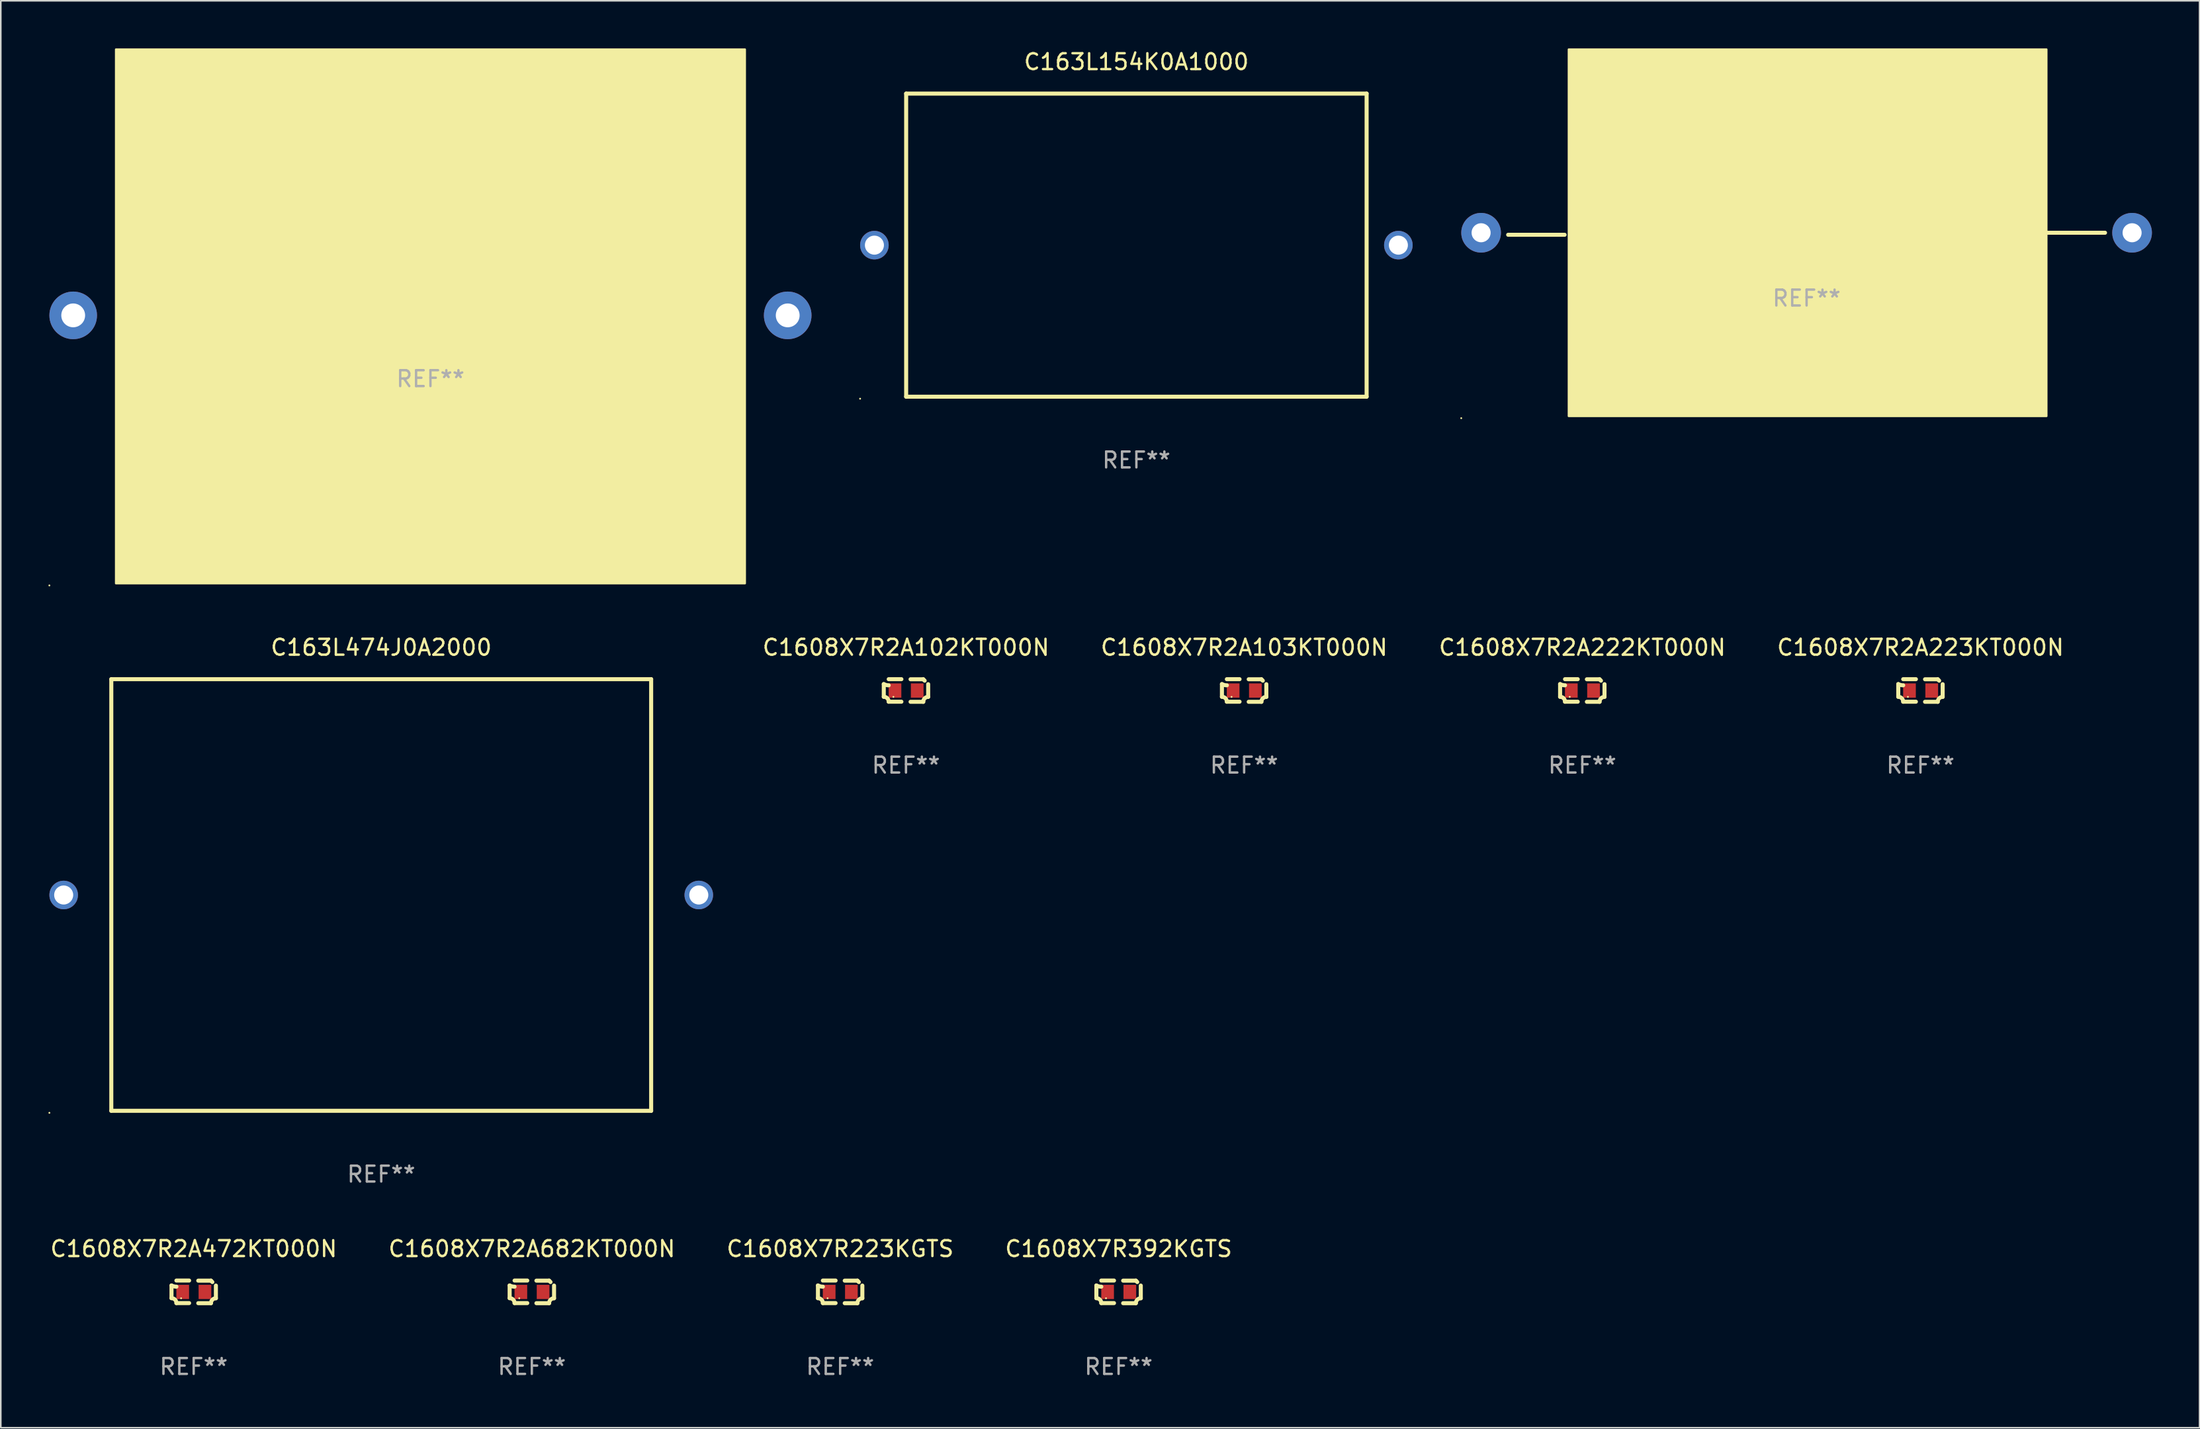
<source format=kicad_pcb>
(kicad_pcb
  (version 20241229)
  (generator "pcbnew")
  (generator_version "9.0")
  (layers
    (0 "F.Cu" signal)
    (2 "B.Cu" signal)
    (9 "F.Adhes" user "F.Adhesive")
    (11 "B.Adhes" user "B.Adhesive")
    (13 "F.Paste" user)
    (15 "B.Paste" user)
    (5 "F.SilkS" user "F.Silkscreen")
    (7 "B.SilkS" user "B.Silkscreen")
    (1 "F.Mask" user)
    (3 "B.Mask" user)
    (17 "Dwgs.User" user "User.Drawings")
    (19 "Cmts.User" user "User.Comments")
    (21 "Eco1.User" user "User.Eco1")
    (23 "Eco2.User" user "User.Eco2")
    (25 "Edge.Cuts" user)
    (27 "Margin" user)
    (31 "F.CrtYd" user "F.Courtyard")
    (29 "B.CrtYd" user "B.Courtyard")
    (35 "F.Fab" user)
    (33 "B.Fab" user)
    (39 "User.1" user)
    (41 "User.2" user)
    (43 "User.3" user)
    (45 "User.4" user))
  (footprint "C1608X7R392KGTS"
    (layer "F.Cu")
    (at 67.399 78.36)
    (property "Reference" "C1608X7R392KGTS" (at 0 -2.713 0) (layer "F.SilkS") (effects (font (size 1 1) (thickness 0.15))))
    (attr through_hole)
    (fp_line (start -1.398 -0.403) (end -1.398 0.397) (stroke (width 0.254) (type solid)) (layer "F.SilkS"))
    (fp_line (start -0.288 -0.713) (end -1.088 -0.713) (stroke (width 0.254) (type solid)) (layer "F.SilkS"))
    (fp_line (start -0.288 0.707) (end -1.088 0.707) (stroke (width 0.254) (type solid)) (layer "F.SilkS"))
    (fp_line (start 0.288 -0.707) (end 1.088 -0.707) (stroke (width 0.254) (type solid)) (layer "F.SilkS"))
    (fp_line (start 0.288 0.713) (end 1.088 0.713) (stroke (width 0.254) (type solid)) (layer "F.SilkS"))
    (fp_line (start 1.398 -0.397) (end 1.398 0.403) (stroke (width 0.254) (type solid)) (layer "F.SilkS"))
    (fp_arc (start -1.397789 0.397066) (mid -1.178701 0.487826) (end -1.08796 0.706922) (stroke (width 0.254001) (type solid)) (layer "F.SilkS"))
    (fp_arc (start -1.08796 -0.327176) (mid -1.247436 -0.346384) (end -1.39779 -0.402908) (stroke (width 0.254001) (type solid)) (layer "F.SilkS"))
    (fp_arc (start 1.087909 0.712738) (mid 1.178656 0.493655) (end 1.397739 0.402908) (stroke (width 0.254001) (type solid)) (layer "F.SilkS"))
    (fp_arc (start 1.175925 -0.618926) (mid 1.131917 -0.662923) (end 1.08791 -0.706922) (stroke (width 0.254001) (type solid)) (layer "F.SilkS"))
    (fp_circle (center -0.792 0.403) (end -0.762 0.403) (stroke (width 0.06) (type solid)) (fill no) (layer "F.SilkS"))
    (fp_text user "REF**" (at 0 4.713 0) (layer "F.Fab") (effects (font (size 1 1) (thickness 0.15))))
    (pad "1" smd rect (at -0.692 0.003) (size 0.8 0.9) (layers "F.Cu" "F.Mask" "F.Paste"))
    (pad "2" smd rect (at 0.708 0.003) (size 0.8 0.9) (layers "F.Cu" "F.Mask" "F.Paste")))
  (footprint "C163L224K0A1000"
    (layer "F.Cu")
    (at 110.73 11.681)
    (property "Reference" "C163L224K0A1000" (at 0 -2.063 0) (layer "F.SilkS") (effects (font (size 1 1) (thickness 0.15))))
    (attr through_hole)
    (fp_line (start -18.796 0.064) (end -15.24 0.064) (stroke (width 0.254) (type solid)) (layer "F.SilkS"))
    (fp_line (start 15.113 -0.064) (end 18.796 -0.064) (stroke (width 0.254) (type solid)) (layer "F.SilkS"))
    (fp_circle (center -21.75 11.621) (end -21.72 11.621) (stroke (width 0.06) (type solid)) (fill no) (layer "F.SilkS"))
    (fp_poly (pts (xy -14.986 -11.621) (xy 15.113 -11.621) (xy 15.113 11.494) (xy -14.986 11.494)) (stroke (width 0.12) (type solid)) (fill yes) (layer "F.SilkS"))
    (fp_text user "REF**" (at 0 4.064 0) (layer "F.Fab") (effects (font (size 1 1) (thickness 0.15))))
    (pad "1" thru_hole circle (at -20.5 -0.064) (size 2.5 2.5) (drill 1.2) (layers "*.Cu" "*.Mask"))
    (pad "2" thru_hole circle (at 20.5 -0.064) (size 2.5 2.5) (drill 1.2) (layers "*.Cu" "*.Mask")))
  (footprint "C1608X7R2A103KT000N"
    (layer "F.Cu")
    (at 75.306 40.463)
    (property "Reference" "C1608X7R2A103KT000N" (at 0 -2.713 0) (layer "F.SilkS") (effects (font (size 1 1) (thickness 0.15))))
    (attr through_hole)
    (fp_line (start -1.398 -0.403) (end -1.398 0.397) (stroke (width 0.254) (type solid)) (layer "F.SilkS"))
    (fp_line (start -0.288 -0.713) (end -1.088 -0.713) (stroke (width 0.254) (type solid)) (layer "F.SilkS"))
    (fp_line (start -0.288 0.707) (end -1.088 0.707) (stroke (width 0.254) (type solid)) (layer "F.SilkS"))
    (fp_line (start 0.288 -0.707) (end 1.088 -0.707) (stroke (width 0.254) (type solid)) (layer "F.SilkS"))
    (fp_line (start 0.288 0.713) (end 1.088 0.713) (stroke (width 0.254) (type solid)) (layer "F.SilkS"))
    (fp_line (start 1.398 -0.397) (end 1.398 0.403) (stroke (width 0.254) (type solid)) (layer "F.SilkS"))
    (fp_arc (start -1.397789 0.397066) (mid -1.178701 0.487826) (end -1.08796 0.706922) (stroke (width 0.254001) (type solid)) (layer "F.SilkS"))
    (fp_arc (start -1.08796 -0.327176) (mid -1.247436 -0.346384) (end -1.39779 -0.402908) (stroke (width 0.254001) (type solid)) (layer "F.SilkS"))
    (fp_arc (start 1.087909 0.712738) (mid 1.178656 0.493655) (end 1.397739 0.402908) (stroke (width 0.254001) (type solid)) (layer "F.SilkS"))
    (fp_arc (start 1.175925 -0.618926) (mid 1.131917 -0.662923) (end 1.08791 -0.706922) (stroke (width 0.254001) (type solid)) (layer "F.SilkS"))
    (fp_circle (center -0.792 0.403) (end -0.762 0.403) (stroke (width 0.06) (type solid)) (fill no) (layer "F.SilkS"))
    (fp_text user "REF**" (at 0 4.713 0) (layer "F.Fab") (effects (font (size 1 1) (thickness 0.15))))
    (pad "1" smd rect (at -0.692 0.003) (size 0.8 0.9) (layers "F.Cu" "F.Mask" "F.Paste"))
    (pad "2" smd rect (at 0.708 0.003) (size 0.8 0.9) (layers "F.Cu" "F.Mask" "F.Paste")))
  (footprint "C1608X7R2A682KT000N"
    (layer "F.Cu")
    (at 30.446 78.36)
    (property "Reference" "C1608X7R2A682KT000N" (at 0 -2.713 0) (layer "F.SilkS") (effects (font (size 1 1) (thickness 0.15))))
    (attr through_hole)
    (fp_line (start -1.398 -0.403) (end -1.398 0.397) (stroke (width 0.254) (type solid)) (layer "F.SilkS"))
    (fp_line (start -0.288 -0.713) (end -1.088 -0.713) (stroke (width 0.254) (type solid)) (layer "F.SilkS"))
    (fp_line (start -0.288 0.707) (end -1.088 0.707) (stroke (width 0.254) (type solid)) (layer "F.SilkS"))
    (fp_line (start 0.288 -0.707) (end 1.088 -0.707) (stroke (width 0.254) (type solid)) (layer "F.SilkS"))
    (fp_line (start 0.288 0.713) (end 1.088 0.713) (stroke (width 0.254) (type solid)) (layer "F.SilkS"))
    (fp_line (start 1.398 -0.397) (end 1.398 0.403) (stroke (width 0.254) (type solid)) (layer "F.SilkS"))
    (fp_arc (start -1.397789 0.397066) (mid -1.178701 0.487826) (end -1.08796 0.706922) (stroke (width 0.254001) (type solid)) (layer "F.SilkS"))
    (fp_arc (start -1.08796 -0.327176) (mid -1.247436 -0.346384) (end -1.39779 -0.402908) (stroke (width 0.254001) (type solid)) (layer "F.SilkS"))
    (fp_arc (start 1.087909 0.712738) (mid 1.178656 0.493655) (end 1.397739 0.402908) (stroke (width 0.254001) (type solid)) (layer "F.SilkS"))
    (fp_arc (start 1.175925 -0.618926) (mid 1.131917 -0.662923) (end 1.08791 -0.706922) (stroke (width 0.254001) (type solid)) (layer "F.SilkS"))
    (fp_circle (center -0.792 0.403) (end -0.762 0.403) (stroke (width 0.06) (type solid)) (fill no) (layer "F.SilkS"))
    (fp_text user "REF**" (at 0 4.713 0) (layer "F.Fab") (effects (font (size 1 1) (thickness 0.15))))
    (pad "1" smd rect (at -0.692 0.003) (size 0.8 0.9) (layers "F.Cu" "F.Mask" "F.Paste"))
    (pad "2" smd rect (at 0.708 0.003) (size 0.8 0.9) (layers "F.Cu" "F.Mask" "F.Paste")))
  (footprint "C1608X7R2A472KT000N"
    (layer "F.Cu")
    (at 9.149 78.36)
    (property "Reference" "C1608X7R2A472KT000N" (at 0 -2.713 0) (layer "F.SilkS") (effects (font (size 1 1) (thickness 0.15))))
    (attr through_hole)
    (fp_line (start -1.398 -0.403) (end -1.398 0.397) (stroke (width 0.254) (type solid)) (layer "F.SilkS"))
    (fp_line (start -0.288 -0.713) (end -1.088 -0.713) (stroke (width 0.254) (type solid)) (layer "F.SilkS"))
    (fp_line (start -0.288 0.707) (end -1.088 0.707) (stroke (width 0.254) (type solid)) (layer "F.SilkS"))
    (fp_line (start 0.288 -0.707) (end 1.088 -0.707) (stroke (width 0.254) (type solid)) (layer "F.SilkS"))
    (fp_line (start 0.288 0.713) (end 1.088 0.713) (stroke (width 0.254) (type solid)) (layer "F.SilkS"))
    (fp_line (start 1.398 -0.397) (end 1.398 0.403) (stroke (width 0.254) (type solid)) (layer "F.SilkS"))
    (fp_arc (start -1.397789 0.397066) (mid -1.178701 0.487826) (end -1.08796 0.706922) (stroke (width 0.254001) (type solid)) (layer "F.SilkS"))
    (fp_arc (start -1.08796 -0.327176) (mid -1.247436 -0.346384) (end -1.39779 -0.402908) (stroke (width 0.254001) (type solid)) (layer "F.SilkS"))
    (fp_arc (start 1.087909 0.712738) (mid 1.178656 0.493655) (end 1.397739 0.402908) (stroke (width 0.254001) (type solid)) (layer "F.SilkS"))
    (fp_arc (start 1.175925 -0.618926) (mid 1.131917 -0.662923) (end 1.08791 -0.706922) (stroke (width 0.254001) (type solid)) (layer "F.SilkS"))
    (fp_circle (center -0.792 0.403) (end -0.762 0.403) (stroke (width 0.06) (type solid)) (fill no) (layer "F.SilkS"))
    (fp_text user "REF**" (at 0 4.713 0) (layer "F.Fab") (effects (font (size 1 1) (thickness 0.15))))
    (pad "1" smd rect (at -0.692 0.003) (size 0.8 0.9) (layers "F.Cu" "F.Mask" "F.Paste"))
    (pad "2" smd rect (at 0.708 0.003) (size 0.8 0.9) (layers "F.Cu" "F.Mask" "F.Paste")))
  (footprint "C1608X7R2A222KT000N"
    (layer "F.Cu")
    (at 96.604 40.463)
    (property "Reference" "C1608X7R2A222KT000N" (at 0 -2.713 0) (layer "F.SilkS") (effects (font (size 1 1) (thickness 0.15))))
    (attr through_hole)
    (fp_line (start -1.398 -0.403) (end -1.398 0.397) (stroke (width 0.254) (type solid)) (layer "F.SilkS"))
    (fp_line (start -0.288 -0.713) (end -1.088 -0.713) (stroke (width 0.254) (type solid)) (layer "F.SilkS"))
    (fp_line (start -0.288 0.707) (end -1.088 0.707) (stroke (width 0.254) (type solid)) (layer "F.SilkS"))
    (fp_line (start 0.288 -0.707) (end 1.088 -0.707) (stroke (width 0.254) (type solid)) (layer "F.SilkS"))
    (fp_line (start 0.288 0.713) (end 1.088 0.713) (stroke (width 0.254) (type solid)) (layer "F.SilkS"))
    (fp_line (start 1.398 -0.397) (end 1.398 0.403) (stroke (width 0.254) (type solid)) (layer "F.SilkS"))
    (fp_arc (start -1.397789 0.397066) (mid -1.178701 0.487826) (end -1.08796 0.706922) (stroke (width 0.254001) (type solid)) (layer "F.SilkS"))
    (fp_arc (start -1.08796 -0.327176) (mid -1.247436 -0.346384) (end -1.39779 -0.402908) (stroke (width 0.254001) (type solid)) (layer "F.SilkS"))
    (fp_arc (start 1.087909 0.712738) (mid 1.178656 0.493655) (end 1.397739 0.402908) (stroke (width 0.254001) (type solid)) (layer "F.SilkS"))
    (fp_arc (start 1.175925 -0.618926) (mid 1.131917 -0.662923) (end 1.08791 -0.706922) (stroke (width 0.254001) (type solid)) (layer "F.SilkS"))
    (fp_circle (center -0.792 0.403) (end -0.762 0.403) (stroke (width 0.06) (type solid)) (fill no) (layer "F.SilkS"))
    (fp_text user "REF**" (at 0 4.713 0) (layer "F.Fab") (effects (font (size 1 1) (thickness 0.15))))
    (pad "1" smd rect (at -0.692 0.003) (size 0.8 0.9) (layers "F.Cu" "F.Mask" "F.Paste"))
    (pad "2" smd rect (at 0.708 0.003) (size 0.8 0.9) (layers "F.Cu" "F.Mask" "F.Paste")))
  (footprint "C1608X7R2A102KT000N"
    (layer "F.Cu")
    (at 54.009 40.463)
    (property "Reference" "C1608X7R2A102KT000N" (at 0 -2.713 0) (layer "F.SilkS") (effects (font (size 1 1) (thickness 0.15))))
    (attr through_hole)
    (fp_line (start -1.398 -0.403) (end -1.398 0.397) (stroke (width 0.254) (type solid)) (layer "F.SilkS"))
    (fp_line (start -0.288 -0.713) (end -1.088 -0.713) (stroke (width 0.254) (type solid)) (layer "F.SilkS"))
    (fp_line (start -0.288 0.707) (end -1.088 0.707) (stroke (width 0.254) (type solid)) (layer "F.SilkS"))
    (fp_line (start 0.288 -0.707) (end 1.088 -0.707) (stroke (width 0.254) (type solid)) (layer "F.SilkS"))
    (fp_line (start 0.288 0.713) (end 1.088 0.713) (stroke (width 0.254) (type solid)) (layer "F.SilkS"))
    (fp_line (start 1.398 -0.397) (end 1.398 0.403) (stroke (width 0.254) (type solid)) (layer "F.SilkS"))
    (fp_arc (start -1.397789 0.397066) (mid -1.178701 0.487826) (end -1.08796 0.706922) (stroke (width 0.254001) (type solid)) (layer "F.SilkS"))
    (fp_arc (start -1.08796 -0.327176) (mid -1.247436 -0.346384) (end -1.39779 -0.402908) (stroke (width 0.254001) (type solid)) (layer "F.SilkS"))
    (fp_arc (start 1.087909 0.712738) (mid 1.178656 0.493655) (end 1.397739 0.402908) (stroke (width 0.254001) (type solid)) (layer "F.SilkS"))
    (fp_arc (start 1.175925 -0.618926) (mid 1.131917 -0.662923) (end 1.08791 -0.706922) (stroke (width 0.254001) (type solid)) (layer "F.SilkS"))
    (fp_circle (center -0.792 0.403) (end -0.762 0.403) (stroke (width 0.06) (type solid)) (fill no) (layer "F.SilkS"))
    (fp_text user "REF**" (at 0 4.713 0) (layer "F.Fab") (effects (font (size 1 1) (thickness 0.15))))
    (pad "1" smd rect (at -0.692 0.003) (size 0.8 0.9) (layers "F.Cu" "F.Mask" "F.Paste"))
    (pad "2" smd rect (at 0.708 0.003) (size 0.8 0.9) (layers "F.Cu" "F.Mask" "F.Paste")))
  (footprint "C1608X7R2A223KT000N"
    (layer "F.Cu")
    (at 117.902 40.463)
    (property "Reference" "C1608X7R2A223KT000N" (at 0 -2.713 0) (layer "F.SilkS") (effects (font (size 1 1) (thickness 0.15))))
    (attr through_hole)
    (fp_line (start -1.398 -0.403) (end -1.398 0.397) (stroke (width 0.254) (type solid)) (layer "F.SilkS"))
    (fp_line (start -0.288 -0.713) (end -1.088 -0.713) (stroke (width 0.254) (type solid)) (layer "F.SilkS"))
    (fp_line (start -0.288 0.707) (end -1.088 0.707) (stroke (width 0.254) (type solid)) (layer "F.SilkS"))
    (fp_line (start 0.288 -0.707) (end 1.088 -0.707) (stroke (width 0.254) (type solid)) (layer "F.SilkS"))
    (fp_line (start 0.288 0.713) (end 1.088 0.713) (stroke (width 0.254) (type solid)) (layer "F.SilkS"))
    (fp_line (start 1.398 -0.397) (end 1.398 0.403) (stroke (width 0.254) (type solid)) (layer "F.SilkS"))
    (fp_arc (start -1.397789 0.397066) (mid -1.178701 0.487826) (end -1.08796 0.706922) (stroke (width 0.254001) (type solid)) (layer "F.SilkS"))
    (fp_arc (start -1.08796 -0.327176) (mid -1.247436 -0.346384) (end -1.39779 -0.402908) (stroke (width 0.254001) (type solid)) (layer "F.SilkS"))
    (fp_arc (start 1.087909 0.712738) (mid 1.178656 0.493655) (end 1.397739 0.402908) (stroke (width 0.254001) (type solid)) (layer "F.SilkS"))
    (fp_arc (start 1.175925 -0.618926) (mid 1.131917 -0.662923) (end 1.08791 -0.706922) (stroke (width 0.254001) (type solid)) (layer "F.SilkS"))
    (fp_circle (center -0.792 0.403) (end -0.762 0.403) (stroke (width 0.06) (type solid)) (fill no) (layer "F.SilkS"))
    (fp_text user "REF**" (at 0 4.713 0) (layer "F.Fab") (effects (font (size 1 1) (thickness 0.15))))
    (pad "1" smd rect (at -0.692 0.003) (size 0.8 0.9) (layers "F.Cu" "F.Mask" "F.Paste"))
    (pad "2" smd rect (at 0.708 0.003) (size 0.8 0.9) (layers "F.Cu" "F.Mask" "F.Paste")))
  (footprint "C163L154K0A1000"
    (layer "F.Cu")
    (at 68.52 12.398)
    (property "Reference" "C163L154K0A1000" (at 0 -11.55 0) (layer "F.SilkS") (effects (font (size 1 1) (thickness 0.15))))
    (attr through_hole)
    (fp_line (start -14.5 9.55) (end -14.5 -9.55) (stroke (width 0.254) (type solid)) (layer "F.SilkS"))
    (fp_line (start -14.5 9.55) (end 14.5 9.55) (stroke (width 0.254) (type solid)) (layer "F.SilkS"))
    (fp_line (start 14.5 -9.55) (end -14.5 -9.55) (stroke (width 0.254) (type solid)) (layer "F.SilkS"))
    (fp_line (start 14.5 -9.55) (end 14.5 9.55) (stroke (width 0.254) (type solid)) (layer "F.SilkS"))
    (fp_circle (center -17.4 9.677) (end -17.37 9.677) (stroke (width 0.06) (type solid)) (fill no) (layer "F.SilkS"))
    (fp_text user "REF**" (at 0 13.55 0) (layer "F.Fab") (effects (font (size 1 1) (thickness 0.15))))
    (pad "1" thru_hole circle (at -16.5 0) (size 1.8 1.8) (drill 1.2) (layers "*.Cu" "*.Mask"))
    (pad "2" thru_hole circle (at 16.5 0) (size 1.8 1.8) (drill 1.2) (layers "*.Cu" "*.Mask")))
  (footprint "C1608X7R223KGTS"
    (layer "F.Cu")
    (at 49.863 78.36)
    (property "Reference" "C1608X7R223KGTS" (at 0 -2.713 0) (layer "F.SilkS") (effects (font (size 1 1) (thickness 0.15))))
    (attr through_hole)
    (fp_line (start -1.398 -0.403) (end -1.398 0.397) (stroke (width 0.254) (type solid)) (layer "F.SilkS"))
    (fp_line (start -0.288 -0.713) (end -1.088 -0.713) (stroke (width 0.254) (type solid)) (layer "F.SilkS"))
    (fp_line (start -0.288 0.707) (end -1.088 0.707) (stroke (width 0.254) (type solid)) (layer "F.SilkS"))
    (fp_line (start 0.288 -0.707) (end 1.088 -0.707) (stroke (width 0.254) (type solid)) (layer "F.SilkS"))
    (fp_line (start 0.288 0.713) (end 1.088 0.713) (stroke (width 0.254) (type solid)) (layer "F.SilkS"))
    (fp_line (start 1.398 -0.397) (end 1.398 0.403) (stroke (width 0.254) (type solid)) (layer "F.SilkS"))
    (fp_arc (start -1.397789 0.397066) (mid -1.178701 0.487826) (end -1.08796 0.706922) (stroke (width 0.254001) (type solid)) (layer "F.SilkS"))
    (fp_arc (start -1.08796 -0.327176) (mid -1.247436 -0.346384) (end -1.39779 -0.402908) (stroke (width 0.254001) (type solid)) (layer "F.SilkS"))
    (fp_arc (start 1.087909 0.712738) (mid 1.178656 0.493655) (end 1.397739 0.402908) (stroke (width 0.254001) (type solid)) (layer "F.SilkS"))
    (fp_arc (start 1.175925 -0.618926) (mid 1.131917 -0.662923) (end 1.08791 -0.706922) (stroke (width 0.254001) (type solid)) (layer "F.SilkS"))
    (fp_circle (center -0.792 0.403) (end -0.762 0.403) (stroke (width 0.06) (type solid)) (fill no) (layer "F.SilkS"))
    (fp_text user "REF**" (at 0 4.713 0) (layer "F.Fab") (effects (font (size 1 1) (thickness 0.15))))
    (pad "1" smd rect (at -0.692 0.003) (size 0.8 0.9) (layers "F.Cu" "F.Mask" "F.Paste"))
    (pad "2" smd rect (at 0.708 0.003) (size 0.8 0.9) (layers "F.Cu" "F.Mask" "F.Paste")))
  (footprint "C163L105J0A3000"
    (layer "F.Cu")
    (at 24.06 16.824)
    (property "Reference" "C163L105J0A3000" (at 0 -2 0) (layer "F.SilkS") (effects (font (size 1 1) (thickness 0.15))))
    (attr through_hole)
    (fp_circle (center -24 17.018) (end -23.97 17.018) (stroke (width 0.06) (type solid)) (fill no) (layer "F.SilkS"))
    (fp_poly (pts (xy -19.812 -16.764) (xy 19.812 -16.764) (xy 19.812 16.891) (xy -19.812 16.891)) (stroke (width 0.12) (type solid)) (fill yes) (layer "F.SilkS"))
    (fp_text user "REF**" (at 0 4 0) (layer "F.Fab") (effects (font (size 1 1) (thickness 0.15))))
    (pad "1" thru_hole circle (at -22.5 0) (size 3 3) (drill 1.5) (layers "*.Cu" "*.Mask"))
    (pad "2" thru_hole circle (at 22.5 0) (size 3 3) (drill 1.5) (layers "*.Cu" "*.Mask")))
  (footprint "C163L474J0A2000"
    (layer "F.Cu")
    (at 20.96 53.35)
    (property "Reference" "C163L474J0A2000" (at 0 -15.6 0) (layer "F.SilkS") (effects (font (size 1 1) (thickness 0.15))))
    (attr through_hole)
    (fp_line (start -17 -13.6) (end -17 13.6) (stroke (width 0.254) (type solid)) (layer "F.SilkS"))
    (fp_line (start -17 -13.6) (end 17 -13.6) (stroke (width 0.254) (type solid)) (layer "F.SilkS"))
    (fp_line (start -17 13.6) (end 17 13.6) (stroke (width 0.254) (type solid)) (layer "F.SilkS"))
    (fp_line (start 17 -13.6) (end 17 13.6) (stroke (width 0.254) (type solid)) (layer "F.SilkS"))
    (fp_circle (center -20.9 13.727) (end -20.87 13.727) (stroke (width 0.06) (type solid)) (fill no) (layer "F.SilkS"))
    (fp_text user "REF**" (at 0 17.6 0) (layer "F.Fab") (effects (font (size 1 1) (thickness 0.15))))
    (pad "1" thru_hole circle (at -20 0) (size 1.8 1.8) (drill 1.2) (layers "*.Cu" "*.Mask"))
    (pad "2" thru_hole circle (at 20 0) (size 1.8 1.8) (drill 1.2) (layers "*.Cu" "*.Mask")))
  (gr_rect
    (start -3 -3)
    (end 135.48 86.921)
    (stroke (width 0.1) (type default))
    (fill no)
    (layer "Edge.Cuts")))
</source>
